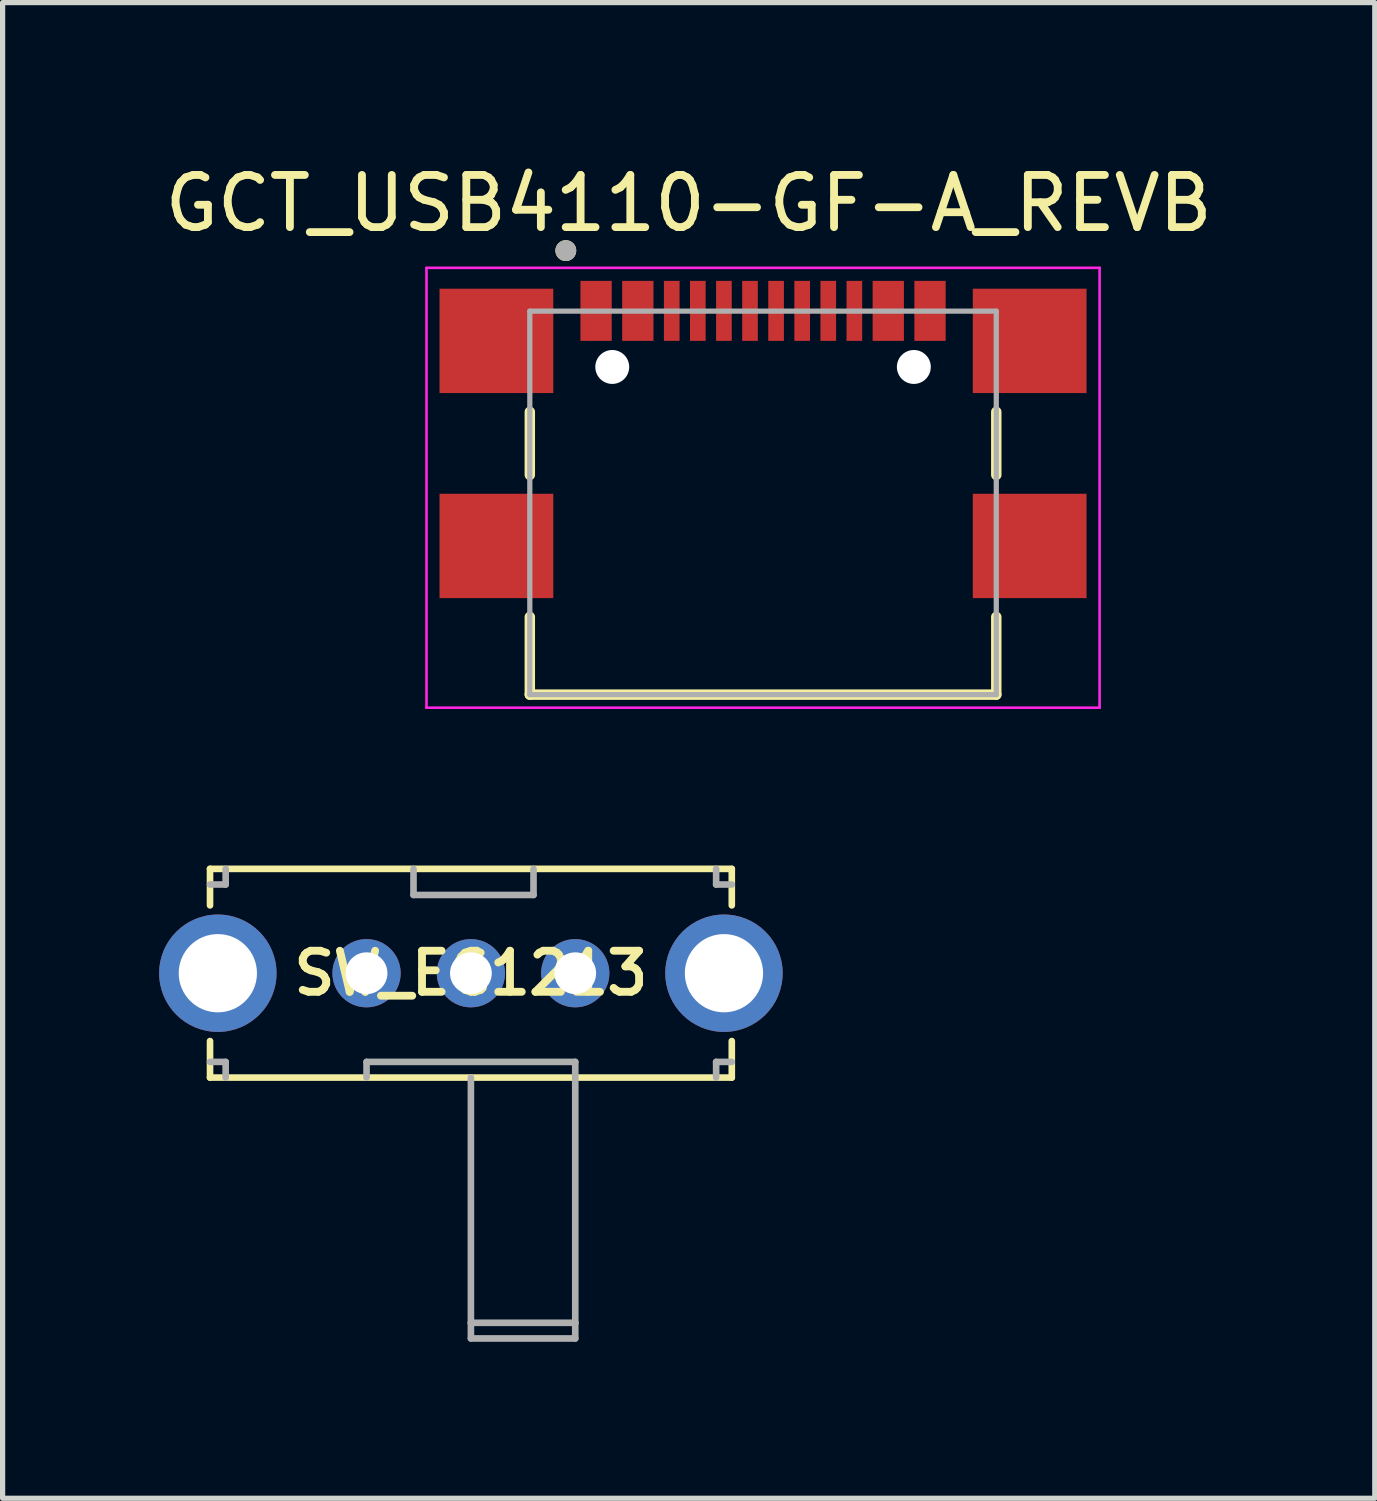
<source format=kicad_pcb>
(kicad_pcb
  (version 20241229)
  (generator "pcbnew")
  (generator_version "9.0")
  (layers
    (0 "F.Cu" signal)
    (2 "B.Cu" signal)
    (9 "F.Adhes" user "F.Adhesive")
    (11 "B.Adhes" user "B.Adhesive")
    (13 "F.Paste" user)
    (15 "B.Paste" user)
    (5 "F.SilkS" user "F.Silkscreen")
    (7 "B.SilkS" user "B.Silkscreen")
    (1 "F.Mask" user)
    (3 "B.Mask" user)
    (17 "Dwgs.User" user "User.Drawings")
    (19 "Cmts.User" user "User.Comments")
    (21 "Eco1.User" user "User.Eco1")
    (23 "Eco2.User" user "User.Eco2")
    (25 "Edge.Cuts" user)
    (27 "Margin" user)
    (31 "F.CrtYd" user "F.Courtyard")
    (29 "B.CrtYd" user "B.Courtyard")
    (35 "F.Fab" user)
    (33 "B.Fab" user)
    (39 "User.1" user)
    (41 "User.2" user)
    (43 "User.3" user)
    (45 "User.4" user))
  (footprint "GCT_USB4110-GF-A_REVB"
    (layer "F.Cu")
    (at 11.574 3.983)
    (property "Reference" "GCT_USB4110-GF-A_REVB" (at -1.425 -3.135 0) (layer "F.SilkS") (effects (font (size 1 1) (thickness 0.15))))
    (attr smd)
    (fp_line (start -4.47 0.86) (end -4.47 2.07) (stroke (width 0.2) (type solid)) (layer "F.SilkS"))
    (fp_line (start -4.47 4.79) (end -4.47 6.28) (stroke (width 0.2) (type solid)) (layer "F.SilkS"))
    (fp_line (start -4.47 6.28) (end 4.47 6.28) (stroke (width 0.2) (type solid)) (layer "F.SilkS"))
    (fp_line (start 4.47 0.86) (end 4.47 2.07) (stroke (width 0.2) (type solid)) (layer "F.SilkS"))
    (fp_line (start 4.47 6.28) (end 4.47 4.79) (stroke (width 0.2) (type solid)) (layer "F.SilkS"))
    (fp_circle (center -3.78 -2.23) (end -3.68 -2.23) (stroke (width 0.2) (type solid)) (fill no) (layer "F.SilkS"))
    (fp_line (start -6.45 -1.9) (end 6.45 -1.9) (stroke (width 0.05) (type solid)) (layer "F.CrtYd"))
    (fp_line (start -6.45 6.53) (end -6.45 -1.9) (stroke (width 0.05) (type solid)) (layer "F.CrtYd"))
    (fp_line (start 6.45 -1.9) (end 6.45 6.53) (stroke (width 0.05) (type solid)) (layer "F.CrtYd"))
    (fp_line (start 6.45 6.53) (end -6.45 6.53) (stroke (width 0.05) (type solid)) (layer "F.CrtYd"))
    (fp_line (start -4.47 -1.07) (end -4.47 6.28) (stroke (width 0.1) (type solid)) (layer "F.Fab"))
    (fp_line (start -4.47 6.28) (end 4.47 6.28) (stroke (width 0.1) (type solid)) (layer "F.Fab"))
    (fp_line (start 4.47 -1.07) (end -4.47 -1.07) (stroke (width 0.1) (type solid)) (layer "F.Fab"))
    (fp_line (start 4.47 6.28) (end 4.47 -1.07) (stroke (width 0.1) (type solid)) (layer "F.Fab"))
    (fp_circle (center -3.78 -2.23) (end -3.68 -2.23) (stroke (width 0.2) (type solid)) (fill no) (layer "F.Fab"))
    (pad "" np_thru_hole circle (at -2.89 0) (size 0.65 0.65) (drill 0.65) (layers "*.Cu" "*.Mask"))
    (pad "" np_thru_hole circle (at 2.89 0) (size 0.65 0.65) (drill 0.65) (layers "*.Cu" "*.Mask"))
    (pad "A1/B12" smd rect (at -3.2 -1.075) (size 0.6 1.15) (layers "F.Cu" "F.Mask" "F.Paste"))
    (pad "A4/B9" smd rect (at -2.4 -1.075) (size 0.6 1.15) (layers "F.Cu" "F.Mask" "F.Paste"))
    (pad "A5" smd rect (at -1.25 -1.075) (size 0.3 1.15) (layers "F.Cu" "F.Mask" "F.Paste"))
    (pad "A6" smd rect (at -0.25 -1.075) (size 0.3 1.15) (layers "F.Cu" "F.Mask" "F.Paste"))
    (pad "A7" smd rect (at 0.25 -1.075) (size 0.3 1.15) (layers "F.Cu" "F.Mask" "F.Paste"))
    (pad "A8" smd rect (at 1.25 -1.075) (size 0.3 1.15) (layers "F.Cu" "F.Mask" "F.Paste"))
    (pad "B1/A12" smd rect (at 3.2 -1.075) (size 0.6 1.15) (layers "F.Cu" "F.Mask" "F.Paste"))
    (pad "B4/A9" smd rect (at 2.4 -1.075) (size 0.6 1.15) (layers "F.Cu" "F.Mask" "F.Paste"))
    (pad "B5" smd rect (at 1.75 -1.075) (size 0.3 1.15) (layers "F.Cu" "F.Mask" "F.Paste"))
    (pad "B6" smd rect (at 0.75 -1.075) (size 0.3 1.15) (layers "F.Cu" "F.Mask" "F.Paste"))
    (pad "B7" smd rect (at -0.75 -1.075) (size 0.3 1.15) (layers "F.Cu" "F.Mask" "F.Paste"))
    (pad "B8" smd rect (at -1.75 -1.075) (size 0.3 1.15) (layers "F.Cu" "F.Mask" "F.Paste"))
    (pad "S1" smd rect (at -5.11 -0.5) (size 2.18 2) (layers "F.Cu" "F.Mask" "F.Paste"))
    (pad "S2" smd rect (at 5.11 -0.5) (size 2.18 2) (layers "F.Cu" "F.Mask" "F.Paste"))
    (pad "S3" smd rect (at -5.11 3.43) (size 2.18 2) (layers "F.Cu" "F.Mask" "F.Paste"))
    (pad "S4" smd rect (at 5.11 3.43) (size 2.18 2) (layers "F.Cu" "F.Mask" "F.Paste")))
  (footprint "SW_EG1213"
    (layer "F.Cu")
    (at 5.975 15.602)
    (property "Reference" "SW_EG1213" (at 0 0 0) (layer "F.SilkS") (effects (font (size 0.787 0.787) (thickness 0.15))))
    (attr through_hole)
    (fp_line (start -5 -2) (end -5 -1.3) (stroke (width 0.127) (type solid)) (layer "F.SilkS"))
    (fp_line (start -5 -2) (end 5 -2) (stroke (width 0.127) (type solid)) (layer "F.SilkS"))
    (fp_line (start -5 1.3) (end -5 2) (stroke (width 0.127) (type solid)) (layer "F.SilkS"))
    (fp_line (start -2 2) (end -5 2) (stroke (width 0.127) (type solid)) (layer "F.SilkS"))
    (fp_line (start 0 2) (end -2 2) (stroke (width 0.127) (type solid)) (layer "F.SilkS"))
    (fp_line (start 2 2) (end 0 2) (stroke (width 0.127) (type solid)) (layer "F.SilkS"))
    (fp_line (start 5 -2) (end 5 -1.3) (stroke (width 0.127) (type solid)) (layer "F.SilkS"))
    (fp_line (start 5 1.3) (end 5 2) (stroke (width 0.127) (type solid)) (layer "F.SilkS"))
    (fp_line (start 5 2) (end 2 2) (stroke (width 0.127) (type solid)) (layer "F.SilkS"))
    (fp_line (start -5 1.7) (end -4.7 1.7) (stroke (width 0.127) (type solid)) (layer "F.Fab"))
    (fp_line (start -4.7 -2) (end -4.7 -1.7) (stroke (width 0.127) (type solid)) (layer "F.Fab"))
    (fp_line (start -4.7 -1.7) (end -5 -1.7) (stroke (width 0.127) (type solid)) (layer "F.Fab"))
    (fp_line (start -4.7 1.7) (end -4.7 2) (stroke (width 0.127) (type solid)) (layer "F.Fab"))
    (fp_line (start -2 1.7) (end -2 2) (stroke (width 0.127) (type solid)) (layer "F.Fab"))
    (fp_line (start -1.1 -2) (end -1.1 -1.5) (stroke (width 0.127) (type solid)) (layer "F.Fab"))
    (fp_line (start -1.1 -1.5) (end 1.2 -1.5) (stroke (width 0.127) (type solid)) (layer "F.Fab"))
    (fp_line (start 0 6.7) (end 0 2) (stroke (width 0.127) (type solid)) (layer "F.Fab"))
    (fp_line (start 0 6.7) (end 2 6.7) (stroke (width 0.127) (type solid)) (layer "F.Fab"))
    (fp_line (start 0 7) (end 0 6.7) (stroke (width 0.127) (type solid)) (layer "F.Fab"))
    (fp_line (start 1.2 -1.5) (end 1.2 -2) (stroke (width 0.127) (type solid)) (layer "F.Fab"))
    (fp_line (start 2 1.7) (end -2 1.7) (stroke (width 0.127) (type solid)) (layer "F.Fab"))
    (fp_line (start 2 1.7) (end 2 6.7) (stroke (width 0.127) (type solid)) (layer "F.Fab"))
    (fp_line (start 2 6.7) (end 2 7) (stroke (width 0.127) (type solid)) (layer "F.Fab"))
    (fp_line (start 2 7) (end 0 7) (stroke (width 0.127) (type solid)) (layer "F.Fab"))
    (fp_line (start 4.7 -2) (end 4.7 -1.7) (stroke (width 0.127) (type solid)) (layer "F.Fab"))
    (fp_line (start 4.7 -1.7) (end 5 -1.7) (stroke (width 0.127) (type solid)) (layer "F.Fab"))
    (fp_line (start 4.7 1.7) (end 4.7 2) (stroke (width 0.127) (type solid)) (layer "F.Fab"))
    (fp_line (start 5 1.7) (end 4.7 1.7) (stroke (width 0.127) (type solid)) (layer "F.Fab"))
    (pad "1" thru_hole circle (at -2 0) (size 1.308 1.308) (drill 0.8) (layers "*.Cu" "*.Mask"))
    (pad "2" thru_hole circle (at 0 0) (size 1.308 1.308) (drill 0.8) (layers "*.Cu" "*.Mask"))
    (pad "3" thru_hole circle (at 2 0) (size 1.308 1.308) (drill 0.8) (layers "*.Cu" "*.Mask"))
    (pad "P$4" thru_hole circle (at -4.85 0) (size 2.25 2.25) (drill 1.5) (layers "*.Cu" "*.Mask"))
    (pad "P$5" thru_hole circle (at 4.85 0) (size 2.25 2.25) (drill 1.5) (layers "*.Cu" "*.Mask")))
  (gr_rect
    (start -3 -3)
    (end 23.298 25.665)
    (stroke (width 0.1) (type default))
    (fill no)
    (layer "Edge.Cuts")))
</source>
